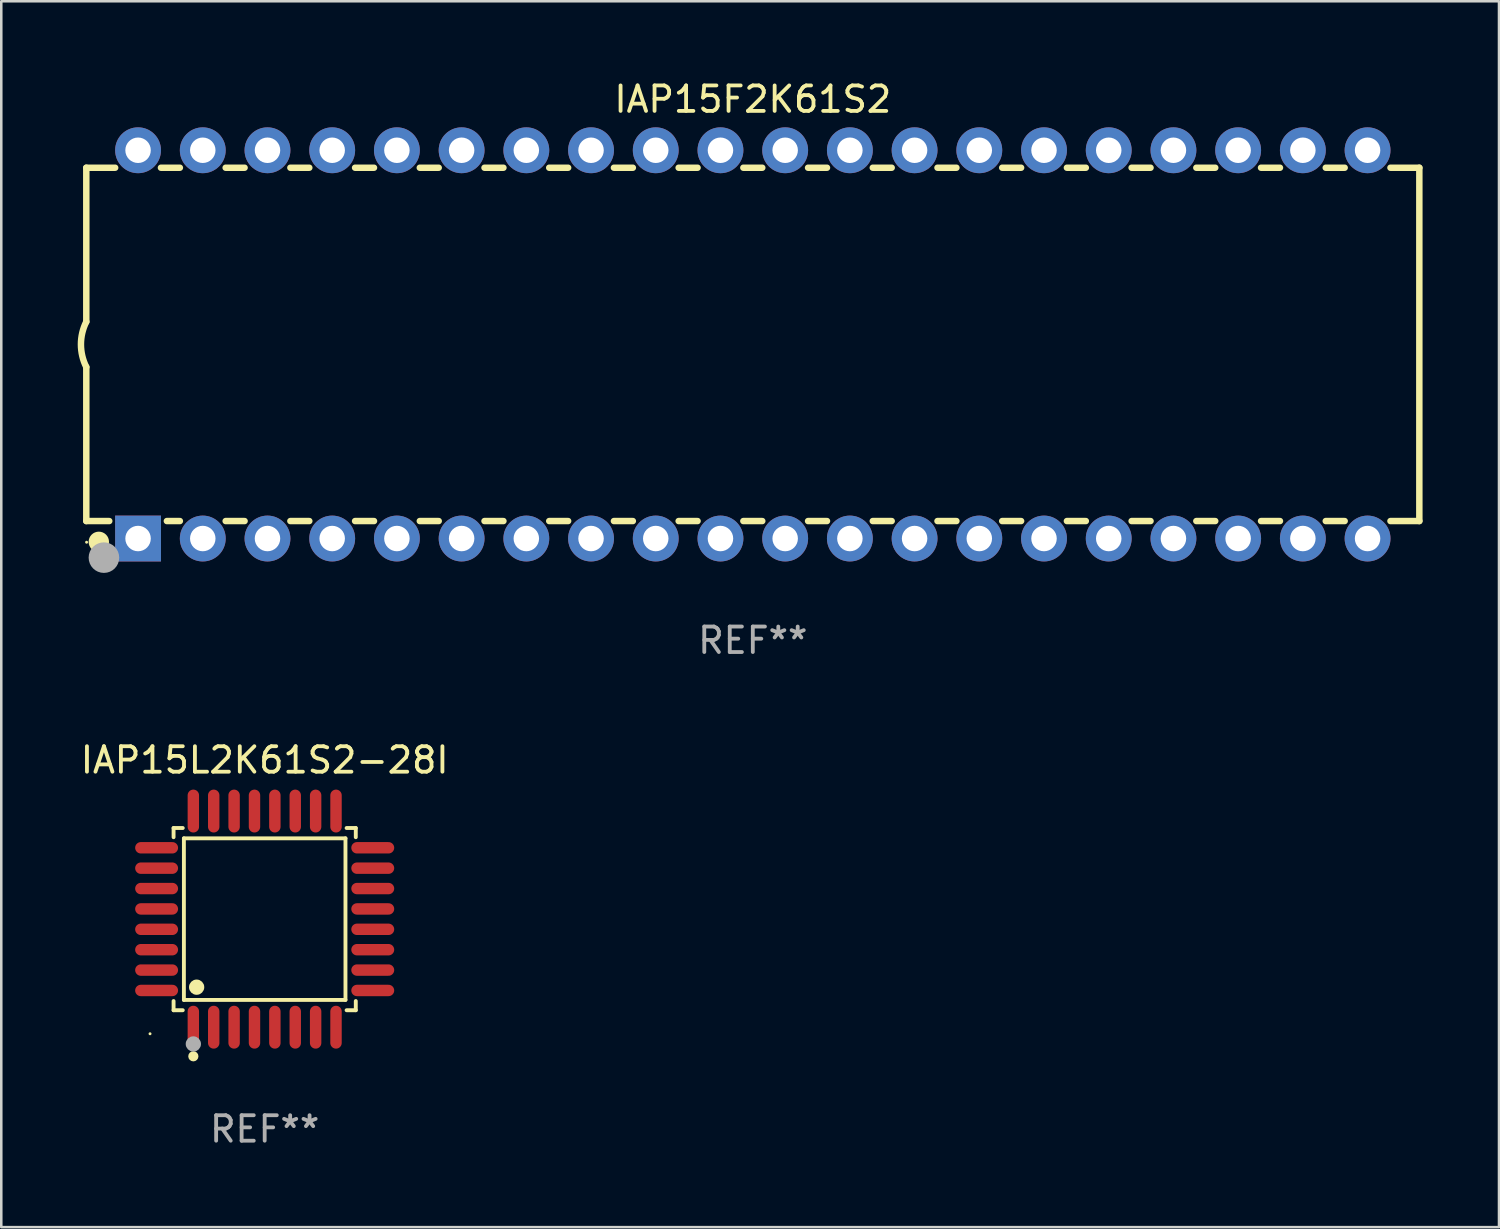
<source format=kicad_pcb>
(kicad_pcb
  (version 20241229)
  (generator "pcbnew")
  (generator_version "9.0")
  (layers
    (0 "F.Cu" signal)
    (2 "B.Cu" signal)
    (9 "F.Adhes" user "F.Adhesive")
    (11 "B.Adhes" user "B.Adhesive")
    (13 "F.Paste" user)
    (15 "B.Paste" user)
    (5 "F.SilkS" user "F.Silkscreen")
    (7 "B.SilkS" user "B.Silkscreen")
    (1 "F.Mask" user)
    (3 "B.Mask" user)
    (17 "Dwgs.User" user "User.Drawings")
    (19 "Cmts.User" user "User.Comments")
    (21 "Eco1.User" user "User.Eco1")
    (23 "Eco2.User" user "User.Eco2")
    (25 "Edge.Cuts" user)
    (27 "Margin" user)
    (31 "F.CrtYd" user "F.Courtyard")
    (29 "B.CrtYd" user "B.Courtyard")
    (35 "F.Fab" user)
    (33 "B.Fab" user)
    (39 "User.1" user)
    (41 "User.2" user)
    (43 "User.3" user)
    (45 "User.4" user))
  (footprint "IAP15L2K61S2-28I"
    (layer "F.Cu")
    (at 7.339 33.027)
    (property "Reference" "IAP15L2K61S2-28I" (at 0 -6.242 0) (layer "F.SilkS") (effects (font (size 1 1) (thickness 0.15))))
    (attr through_hole)
    (fp_line (start -3.576 -3.576) (end -3.215 -3.576) (stroke (width 0.152) (type solid)) (layer "F.SilkS"))
    (fp_line (start -3.576 -3.215) (end -3.576 -3.576) (stroke (width 0.152) (type solid)) (layer "F.SilkS"))
    (fp_line (start -3.576 3.215) (end -3.576 3.576) (stroke (width 0.152) (type solid)) (layer "F.SilkS"))
    (fp_line (start -3.576 3.576) (end -3.215 3.576) (stroke (width 0.152) (type solid)) (layer "F.SilkS"))
    (fp_line (start -3.171 -3.171) (end 3.171 -3.171) (stroke (width 0.152) (type solid)) (layer "F.SilkS"))
    (fp_line (start -3.171 3.171) (end -3.171 -3.171) (stroke (width 0.152) (type solid)) (layer "F.SilkS"))
    (fp_line (start 3.171 -3.171) (end 3.171 3.171) (stroke (width 0.152) (type solid)) (layer "F.SilkS"))
    (fp_line (start 3.171 3.171) (end -3.171 3.171) (stroke (width 0.152) (type solid)) (layer "F.SilkS"))
    (fp_line (start 3.576 -3.576) (end 3.215 -3.576) (stroke (width 0.152) (type solid)) (layer "F.SilkS"))
    (fp_line (start 3.576 -3.215) (end 3.576 -3.576) (stroke (width 0.152) (type solid)) (layer "F.SilkS"))
    (fp_line (start 3.576 3.215) (end 3.576 3.576) (stroke (width 0.152) (type solid)) (layer "F.SilkS"))
    (fp_line (start 3.576 3.576) (end 3.215 3.576) (stroke (width 0.152) (type solid)) (layer "F.SilkS"))
    (fp_circle (center -4.5 4.5) (end -4.47 4.5) (stroke (width 0.06) (type solid)) (fill no) (layer "F.SilkS"))
    (fp_circle (center -2.8 5.384) (end -2.7 5.384) (stroke (width 0.2) (type solid)) (fill no) (layer "F.SilkS"))
    (fp_circle (center -2.671 2.671) (end -2.521 2.671) (stroke (width 0.3) (type solid)) (fill no) (layer "F.SilkS"))
    (fp_circle (center -2.8 4.9) (end -2.65 4.9) (stroke (width 0.3) (type solid)) (fill no) (layer "F.Fab"))
    (fp_text user "REF**" (at 0 8.242 0) (layer "F.Fab") (effects (font (size 1 1) (thickness 0.15))))
    (pad "1" smd oval (at -2.8 4.242) (size 0.448 1.684) (layers "F.Cu" "F.Mask" "F.Paste"))
    (pad "2" smd oval (at -2 4.242) (size 0.448 1.684) (layers "F.Cu" "F.Mask" "F.Paste"))
    (pad "3" smd oval (at -1.2 4.242) (size 0.448 1.684) (layers "F.Cu" "F.Mask" "F.Paste"))
    (pad "4" smd oval (at -0.4 4.242) (size 0.448 1.684) (layers "F.Cu" "F.Mask" "F.Paste"))
    (pad "5" smd oval (at 0.4 4.242) (size 0.448 1.684) (layers "F.Cu" "F.Mask" "F.Paste"))
    (pad "6" smd oval (at 1.2 4.242) (size 0.448 1.684) (layers "F.Cu" "F.Mask" "F.Paste"))
    (pad "7" smd oval (at 2 4.242) (size 0.448 1.684) (layers "F.Cu" "F.Mask" "F.Paste"))
    (pad "8" smd oval (at 2.8 4.242) (size 0.448 1.684) (layers "F.Cu" "F.Mask" "F.Paste"))
    (pad "9" smd oval (at 4.242 2.8) (size 1.684 0.448) (layers "F.Cu" "F.Mask" "F.Paste"))
    (pad "10" smd oval (at 4.242 2) (size 1.684 0.448) (layers "F.Cu" "F.Mask" "F.Paste"))
    (pad "11" smd oval (at 4.242 1.2) (size 1.684 0.448) (layers "F.Cu" "F.Mask" "F.Paste"))
    (pad "12" smd oval (at 4.242 0.4) (size 1.684 0.448) (layers "F.Cu" "F.Mask" "F.Paste"))
    (pad "13" smd oval (at 4.242 -0.4) (size 1.684 0.448) (layers "F.Cu" "F.Mask" "F.Paste"))
    (pad "14" smd oval (at 4.242 -1.2) (size 1.684 0.448) (layers "F.Cu" "F.Mask" "F.Paste"))
    (pad "15" smd oval (at 4.242 -2) (size 1.684 0.448) (layers "F.Cu" "F.Mask" "F.Paste"))
    (pad "16" smd oval (at 4.242 -2.8) (size 1.684 0.448) (layers "F.Cu" "F.Mask" "F.Paste"))
    (pad "17" smd oval (at 2.8 -4.242) (size 0.448 1.684) (layers "F.Cu" "F.Mask" "F.Paste"))
    (pad "18" smd oval (at 2 -4.242) (size 0.448 1.684) (layers "F.Cu" "F.Mask" "F.Paste"))
    (pad "19" smd oval (at 1.2 -4.242) (size 0.448 1.684) (layers "F.Cu" "F.Mask" "F.Paste"))
    (pad "20" smd oval (at 0.4 -4.242) (size 0.448 1.684) (layers "F.Cu" "F.Mask" "F.Paste"))
    (pad "21" smd oval (at -0.4 -4.242) (size 0.448 1.684) (layers "F.Cu" "F.Mask" "F.Paste"))
    (pad "22" smd oval (at -1.2 -4.242) (size 0.448 1.684) (layers "F.Cu" "F.Mask" "F.Paste"))
    (pad "23" smd oval (at -2 -4.242) (size 0.448 1.684) (layers "F.Cu" "F.Mask" "F.Paste"))
    (pad "24" smd oval (at -2.8 -4.242) (size 0.448 1.684) (layers "F.Cu" "F.Mask" "F.Paste"))
    (pad "25" smd oval (at -4.242 -2.8) (size 1.684 0.448) (layers "F.Cu" "F.Mask" "F.Paste"))
    (pad "26" smd oval (at -4.242 -2) (size 1.684 0.448) (layers "F.Cu" "F.Mask" "F.Paste"))
    (pad "27" smd oval (at -4.242 -1.2) (size 1.684 0.448) (layers "F.Cu" "F.Mask" "F.Paste"))
    (pad "28" smd oval (at -4.242 -0.4) (size 1.684 0.448) (layers "F.Cu" "F.Mask" "F.Paste"))
    (pad "29" smd oval (at -4.242 0.4) (size 1.684 0.448) (layers "F.Cu" "F.Mask" "F.Paste"))
    (pad "30" smd oval (at -4.242 1.2) (size 1.684 0.448) (layers "F.Cu" "F.Mask" "F.Paste"))
    (pad "31" smd oval (at -4.242 2) (size 1.684 0.448) (layers "F.Cu" "F.Mask" "F.Paste"))
    (pad "32" smd oval (at -4.242 2.8) (size 1.684 0.448) (layers "F.Cu" "F.Mask" "F.Paste")))
  (footprint "IAP15F2K61S2"
    (layer "F.Cu")
    (at 26.499 10.468)
    (property "Reference" "IAP15F2K61S2" (at 0 -9.62 0) (layer "F.SilkS") (effects (font (size 1 1) (thickness 0.15))))
    (attr through_hole)
    (fp_line (start -26.162 -6.934) (end -26.162 -0.889) (stroke (width 0.254) (type solid)) (layer "F.SilkS"))
    (fp_line (start -26.162 -6.934) (end -25.029 -6.934) (stroke (width 0.254) (type solid)) (layer "F.SilkS"))
    (fp_line (start -26.162 6.934) (end -26.162 0.889) (stroke (width 0.254) (type solid)) (layer "F.SilkS"))
    (fp_line (start -26.162 6.934) (end -25.261 6.934) (stroke (width 0.254) (type solid)) (layer "F.SilkS"))
    (fp_line (start -23.231 -6.934) (end -22.489 -6.934) (stroke (width 0.254) (type solid)) (layer "F.SilkS"))
    (fp_line (start -22.999 6.934) (end -22.489 6.934) (stroke (width 0.254) (type solid)) (layer "F.SilkS"))
    (fp_line (start -20.691 -6.934) (end -19.949 -6.934) (stroke (width 0.254) (type solid)) (layer "F.SilkS"))
    (fp_line (start -20.691 6.934) (end -19.949 6.934) (stroke (width 0.254) (type solid)) (layer "F.SilkS"))
    (fp_line (start -18.151 -6.934) (end -17.409 -6.934) (stroke (width 0.254) (type solid)) (layer "F.SilkS"))
    (fp_line (start -18.151 6.934) (end -17.409 6.934) (stroke (width 0.254) (type solid)) (layer "F.SilkS"))
    (fp_line (start -15.611 -6.934) (end -14.869 -6.934) (stroke (width 0.254) (type solid)) (layer "F.SilkS"))
    (fp_line (start -15.611 6.934) (end -14.869 6.934) (stroke (width 0.254) (type solid)) (layer "F.SilkS"))
    (fp_line (start -13.071 -6.934) (end -12.329 -6.934) (stroke (width 0.254) (type solid)) (layer "F.SilkS"))
    (fp_line (start -13.071 6.934) (end -12.329 6.934) (stroke (width 0.254) (type solid)) (layer "F.SilkS"))
    (fp_line (start -10.531 -6.934) (end -9.789 -6.934) (stroke (width 0.254) (type solid)) (layer "F.SilkS"))
    (fp_line (start -10.531 6.934) (end -9.789 6.934) (stroke (width 0.254) (type solid)) (layer "F.SilkS"))
    (fp_line (start -7.991 -6.934) (end -7.249 -6.934) (stroke (width 0.254) (type solid)) (layer "F.SilkS"))
    (fp_line (start -7.991 6.934) (end -7.249 6.934) (stroke (width 0.254) (type solid)) (layer "F.SilkS"))
    (fp_line (start -5.451 -6.934) (end -4.709 -6.934) (stroke (width 0.254) (type solid)) (layer "F.SilkS"))
    (fp_line (start -5.451 6.934) (end -4.709 6.934) (stroke (width 0.254) (type solid)) (layer "F.SilkS"))
    (fp_line (start -2.911 -6.934) (end -2.169 -6.934) (stroke (width 0.254) (type solid)) (layer "F.SilkS"))
    (fp_line (start -2.911 6.934) (end -2.169 6.934) (stroke (width 0.254) (type solid)) (layer "F.SilkS"))
    (fp_line (start -0.371 -6.934) (end 0.371 -6.934) (stroke (width 0.254) (type solid)) (layer "F.SilkS"))
    (fp_line (start -0.371 6.934) (end 0.371 6.934) (stroke (width 0.254) (type solid)) (layer "F.SilkS"))
    (fp_line (start 2.169 -6.934) (end 2.911 -6.934) (stroke (width 0.254) (type solid)) (layer "F.SilkS"))
    (fp_line (start 2.169 6.934) (end 2.911 6.934) (stroke (width 0.254) (type solid)) (layer "F.SilkS"))
    (fp_line (start 4.709 -6.934) (end 5.451 -6.934) (stroke (width 0.254) (type solid)) (layer "F.SilkS"))
    (fp_line (start 4.709 6.934) (end 5.451 6.934) (stroke (width 0.254) (type solid)) (layer "F.SilkS"))
    (fp_line (start 7.249 -6.934) (end 7.991 -6.934) (stroke (width 0.254) (type solid)) (layer "F.SilkS"))
    (fp_line (start 7.249 6.934) (end 7.991 6.934) (stroke (width 0.254) (type solid)) (layer "F.SilkS"))
    (fp_line (start 9.789 -6.934) (end 10.531 -6.934) (stroke (width 0.254) (type solid)) (layer "F.SilkS"))
    (fp_line (start 9.789 6.934) (end 10.531 6.934) (stroke (width 0.254) (type solid)) (layer "F.SilkS"))
    (fp_line (start 12.329 -6.934) (end 13.071 -6.934) (stroke (width 0.254) (type solid)) (layer "F.SilkS"))
    (fp_line (start 12.329 6.934) (end 13.071 6.934) (stroke (width 0.254) (type solid)) (layer "F.SilkS"))
    (fp_line (start 14.869 -6.934) (end 15.611 -6.934) (stroke (width 0.254) (type solid)) (layer "F.SilkS"))
    (fp_line (start 14.869 6.934) (end 15.611 6.934) (stroke (width 0.254) (type solid)) (layer "F.SilkS"))
    (fp_line (start 17.409 -6.934) (end 18.151 -6.934) (stroke (width 0.254) (type solid)) (layer "F.SilkS"))
    (fp_line (start 17.409 6.934) (end 18.151 6.934) (stroke (width 0.254) (type solid)) (layer "F.SilkS"))
    (fp_line (start 19.949 -6.934) (end 20.691 -6.934) (stroke (width 0.254) (type solid)) (layer "F.SilkS"))
    (fp_line (start 19.949 6.934) (end 20.691 6.934) (stroke (width 0.254) (type solid)) (layer "F.SilkS"))
    (fp_line (start 22.489 -6.934) (end 23.231 -6.934) (stroke (width 0.254) (type solid)) (layer "F.SilkS"))
    (fp_line (start 22.489 6.934) (end 23.231 6.934) (stroke (width 0.254) (type solid)) (layer "F.SilkS"))
    (fp_line (start 25.029 -6.934) (end 26.162 -6.934) (stroke (width 0.254) (type solid)) (layer "F.SilkS"))
    (fp_line (start 25.029 6.934) (end 26.162 6.934) (stroke (width 0.254) (type solid)) (layer "F.SilkS"))
    (fp_line (start 26.162 -6.934) (end 26.162 6.934) (stroke (width 0.254) (type solid)) (layer "F.SilkS"))
    (fp_arc (start -26.162052 0.889001) (mid -26.371917 0) (end -26.162052 -0.889002) (stroke (width 0.254001) (type solid)) (layer "F.SilkS"))
    (fp_circle (center -26.15 7.765) (end -26.12 7.765) (stroke (width 0.06) (type solid)) (fill no) (layer "F.SilkS"))
    (fp_circle (center -25.67 7.75) (end -25.47 7.75) (stroke (width 0.4) (type solid)) (fill no) (layer "F.SilkS"))
    (fp_circle (center -25.47 8.37) (end -25.17 8.37) (stroke (width 0.6) (type solid)) (fill no) (layer "F.Fab"))
    (fp_text user "REF**" (at 0 11.62 0) (layer "F.Fab") (effects (font (size 1 1) (thickness 0.15))))
    (pad "1" thru_hole rect (at -24.13 7.62) (size 1.8 1.8) (drill 1) (layers "*.Cu" "*.Mask"))
    (pad "2" thru_hole circle (at -21.59 7.62) (size 1.8 1.8) (drill 1) (layers "*.Cu" "*.Mask"))
    (pad "3" thru_hole circle (at -19.05 7.62) (size 1.8 1.8) (drill 1) (layers "*.Cu" "*.Mask"))
    (pad "4" thru_hole circle (at -16.51 7.62) (size 1.8 1.8) (drill 1) (layers "*.Cu" "*.Mask"))
    (pad "5" thru_hole circle (at -13.97 7.62) (size 1.8 1.8) (drill 1) (layers "*.Cu" "*.Mask"))
    (pad "6" thru_hole circle (at -11.43 7.62) (size 1.8 1.8) (drill 1) (layers "*.Cu" "*.Mask"))
    (pad "7" thru_hole circle (at -8.89 7.62) (size 1.8 1.8) (drill 1) (layers "*.Cu" "*.Mask"))
    (pad "8" thru_hole circle (at -6.35 7.62) (size 1.8 1.8) (drill 1) (layers "*.Cu" "*.Mask"))
    (pad "9" thru_hole circle (at -3.81 7.62) (size 1.8 1.8) (drill 1) (layers "*.Cu" "*.Mask"))
    (pad "10" thru_hole circle (at -1.27 7.62) (size 1.8 1.8) (drill 1) (layers "*.Cu" "*.Mask"))
    (pad "11" thru_hole circle (at 1.27 7.62) (size 1.8 1.8) (drill 1) (layers "*.Cu" "*.Mask"))
    (pad "12" thru_hole circle (at 3.81 7.62) (size 1.8 1.8) (drill 1) (layers "*.Cu" "*.Mask"))
    (pad "13" thru_hole circle (at 6.35 7.62) (size 1.8 1.8) (drill 1) (layers "*.Cu" "*.Mask"))
    (pad "14" thru_hole circle (at 8.89 7.62) (size 1.8 1.8) (drill 1) (layers "*.Cu" "*.Mask"))
    (pad "15" thru_hole circle (at 11.43 7.62) (size 1.8 1.8) (drill 1) (layers "*.Cu" "*.Mask"))
    (pad "16" thru_hole circle (at 13.97 7.62) (size 1.8 1.8) (drill 1) (layers "*.Cu" "*.Mask"))
    (pad "17" thru_hole circle (at 16.51 7.62) (size 1.8 1.8) (drill 1) (layers "*.Cu" "*.Mask"))
    (pad "18" thru_hole circle (at 19.05 7.62) (size 1.8 1.8) (drill 1) (layers "*.Cu" "*.Mask"))
    (pad "19" thru_hole circle (at 21.59 7.62) (size 1.8 1.8) (drill 1) (layers "*.Cu" "*.Mask"))
    (pad "20" thru_hole circle (at 24.13 7.62) (size 1.8 1.8) (drill 1) (layers "*.Cu" "*.Mask"))
    (pad "21" thru_hole circle (at 24.13 -7.62) (size 1.8 1.8) (drill 1) (layers "*.Cu" "*.Mask"))
    (pad "22" thru_hole circle (at 21.59 -7.62) (size 1.8 1.8) (drill 1) (layers "*.Cu" "*.Mask"))
    (pad "23" thru_hole circle (at 19.05 -7.62) (size 1.8 1.8) (drill 1) (layers "*.Cu" "*.Mask"))
    (pad "24" thru_hole circle (at 16.51 -7.62) (size 1.8 1.8) (drill 1) (layers "*.Cu" "*.Mask"))
    (pad "25" thru_hole circle (at 13.97 -7.62) (size 1.8 1.8) (drill 1) (layers "*.Cu" "*.Mask"))
    (pad "26" thru_hole circle (at 11.43 -7.62) (size 1.8 1.8) (drill 1) (layers "*.Cu" "*.Mask"))
    (pad "27" thru_hole circle (at 8.89 -7.62) (size 1.8 1.8) (drill 1) (layers "*.Cu" "*.Mask"))
    (pad "28" thru_hole circle (at 6.35 -7.62) (size 1.8 1.8) (drill 1) (layers "*.Cu" "*.Mask"))
    (pad "29" thru_hole circle (at 3.81 -7.62) (size 1.8 1.8) (drill 1) (layers "*.Cu" "*.Mask"))
    (pad "30" thru_hole circle (at 1.27 -7.62) (size 1.8 1.8) (drill 1) (layers "*.Cu" "*.Mask"))
    (pad "31" thru_hole circle (at -1.27 -7.62) (size 1.8 1.8) (drill 1) (layers "*.Cu" "*.Mask"))
    (pad "32" thru_hole circle (at -3.81 -7.62) (size 1.8 1.8) (drill 1) (layers "*.Cu" "*.Mask"))
    (pad "33" thru_hole circle (at -6.35 -7.62) (size 1.8 1.8) (drill 1) (layers "*.Cu" "*.Mask"))
    (pad "34" thru_hole circle (at -8.89 -7.62) (size 1.8 1.8) (drill 1) (layers "*.Cu" "*.Mask"))
    (pad "35" thru_hole circle (at -11.43 -7.62) (size 1.8 1.8) (drill 1) (layers "*.Cu" "*.Mask"))
    (pad "36" thru_hole circle (at -13.97 -7.62) (size 1.8 1.8) (drill 1) (layers "*.Cu" "*.Mask"))
    (pad "37" thru_hole circle (at -16.51 -7.62) (size 1.8 1.8) (drill 1) (layers "*.Cu" "*.Mask"))
    (pad "38" thru_hole circle (at -19.05 -7.62) (size 1.8 1.8) (drill 1) (layers "*.Cu" "*.Mask"))
    (pad "39" thru_hole circle (at -21.59 -7.62) (size 1.8 1.8) (drill 1) (layers "*.Cu" "*.Mask"))
    (pad "40" thru_hole circle (at -24.13 -7.62) (size 1.8 1.8) (drill 1) (layers "*.Cu" "*.Mask")))
  (gr_rect
    (start -3 -3)
    (end 55.788 45.117)
    (stroke (width 0.1) (type default))
    (fill no)
    (layer "Edge.Cuts")))
</source>
